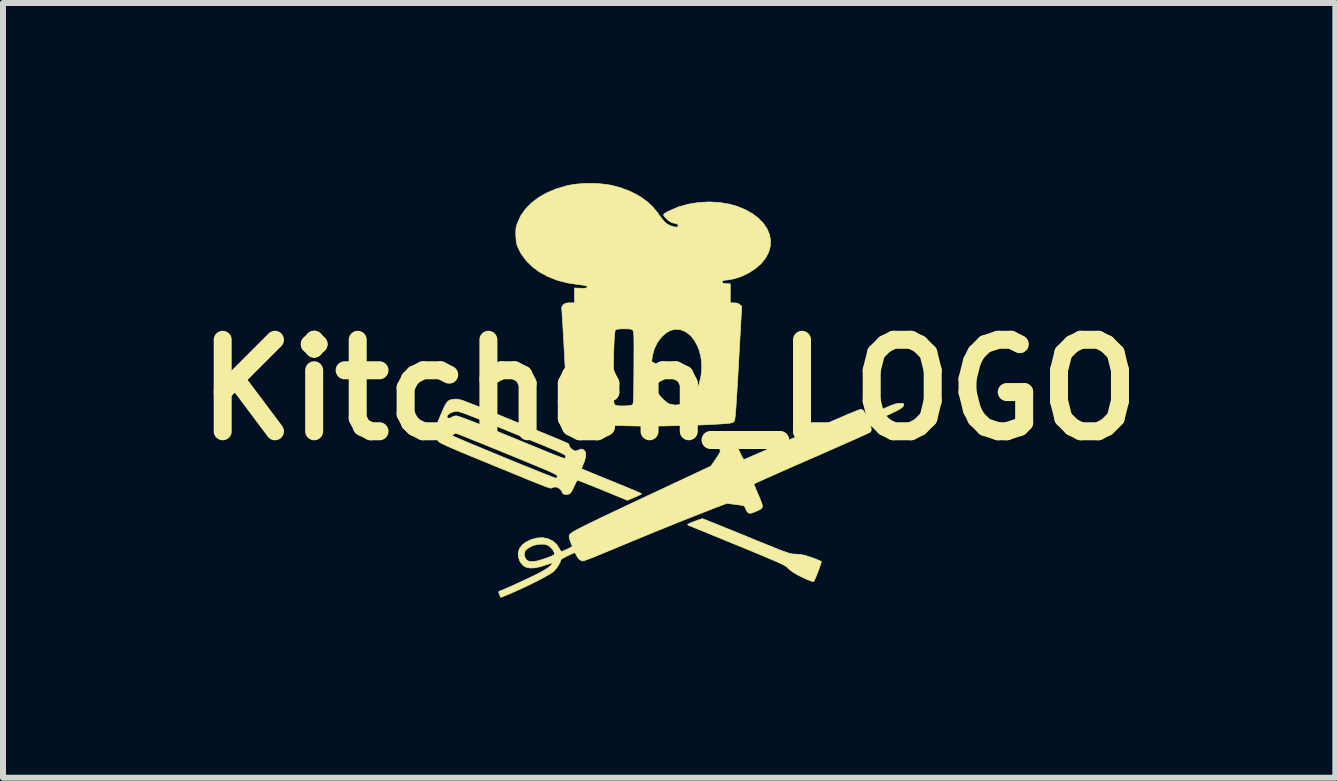
<source format=kicad_pcb>
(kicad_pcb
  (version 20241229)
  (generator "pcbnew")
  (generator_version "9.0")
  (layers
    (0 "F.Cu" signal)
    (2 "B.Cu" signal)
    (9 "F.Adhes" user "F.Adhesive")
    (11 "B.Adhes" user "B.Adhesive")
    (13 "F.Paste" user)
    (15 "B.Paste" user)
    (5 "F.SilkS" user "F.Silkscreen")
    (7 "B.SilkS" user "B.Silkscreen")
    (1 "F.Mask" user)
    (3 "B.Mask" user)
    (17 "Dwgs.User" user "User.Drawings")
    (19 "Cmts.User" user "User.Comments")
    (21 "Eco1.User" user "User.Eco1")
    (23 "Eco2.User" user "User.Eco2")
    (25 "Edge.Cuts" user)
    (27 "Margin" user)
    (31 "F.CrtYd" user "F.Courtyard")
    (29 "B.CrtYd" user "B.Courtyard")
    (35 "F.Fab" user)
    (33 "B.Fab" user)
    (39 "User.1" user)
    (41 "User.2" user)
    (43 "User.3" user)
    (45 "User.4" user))
  (footprint "Kitchen_LOGO"
    (layer "F.Cu")
    (at 8.099 3.446)
    (property "Reference" "Kitchen_LOGO" (at 0 0 0) (layer "F.SilkS") (effects (font (size 1.524 1.524) (thickness 0.3))))
    (attr through_hole)
    (fp_poly (pts (xy 0.567 2.15) (xy 0.603 2.164) (xy 0.657 2.185) (xy 0.729 2.214) (xy 0.817 2.249) (xy 0.917 2.29) (xy 1.029 2.335) (xy 1.149 2.384) (xy 1.277 2.436) (xy 1.286 2.44) (xy 1.434 2.501) (xy 1.562 2.553) (xy 1.669 2.596) (xy 1.759 2.632) (xy 1.833 2.662) (xy 1.893 2.685) (xy 1.941 2.702) (xy 1.98 2.715) (xy 2.01 2.724) (xy 2.035 2.73) (xy 2.055 2.733) (xy 2.073 2.735) (xy 2.087 2.735) (xy 2.147 2.738) (xy 2.212 2.747) (xy 2.246 2.753) (xy 2.289 2.765) (xy 2.342 2.782) (xy 2.398 2.802) (xy 2.451 2.822) (xy 2.496 2.84) (xy 2.526 2.855) (xy 2.534 2.86) (xy 2.533 2.874) (xy 2.523 2.906) (xy 2.508 2.951) (xy 2.489 3.004) (xy 2.468 3.058) (xy 2.447 3.11) (xy 2.428 3.154) (xy 2.414 3.184) (xy 2.407 3.194) (xy 2.392 3.193) (xy 2.36 3.183) (xy 2.314 3.165) (xy 2.264 3.143) (xy 2.153 3.09) (xy 2.064 3.038) (xy 1.996 2.986) (xy 1.964 2.955) (xy 1.953 2.945) (xy 1.936 2.934) (xy 1.912 2.92) (xy 1.877 2.902) (xy 1.832 2.881) (xy 1.774 2.855) (xy 1.701 2.824) (xy 1.613 2.787) (xy 1.507 2.742) (xy 1.382 2.69) (xy 1.236 2.63) (xy 1.131 2.587) (xy 0.996 2.532) (xy 0.868 2.479) (xy 0.747 2.43) (xy 0.638 2.385) (xy 0.541 2.345) (xy 0.458 2.311) (xy 0.392 2.284) (xy 0.345 2.265) (xy 0.318 2.254) (xy 0.313 2.252) (xy 0.307 2.246) (xy 0.319 2.235) (xy 0.349 2.22) (xy 0.402 2.199) (xy 0.414 2.194) (xy 0.467 2.174) (xy 0.512 2.158) (xy 0.543 2.148) (xy 0.553 2.145) (xy 0.567 2.15)) (stroke (width 0.01) (type solid)) (fill yes) (layer "F.SilkS"))
    (fp_poly (pts (xy -3.535 0.154) (xy -3.515 0.156) (xy -3.492 0.161) (xy -3.464 0.169) (xy -3.427 0.181) (xy -3.38 0.199) (xy -3.32 0.222) (xy -3.246 0.251) (xy -3.155 0.288) (xy -3.045 0.332) (xy -2.914 0.386) (xy -2.9 0.392) (xy -2.771 0.444) (xy -2.638 0.499) (xy -2.505 0.553) (xy -2.377 0.605) (xy -2.257 0.654) (xy -2.149 0.698) (xy -2.058 0.735) (xy -2.003 0.758) (xy -1.92 0.792) (xy -1.844 0.823) (xy -1.779 0.851) (xy -1.728 0.873) (xy -1.695 0.888) (xy -1.682 0.894) (xy -1.668 0.916) (xy -1.666 0.929) (xy -1.656 0.953) (xy -1.631 0.981) (xy -1.599 1.004) (xy -1.569 1.017) (xy -1.563 1.018) (xy -1.534 1.012) (xy -1.5 0.998) (xy -1.466 0.986) (xy -1.439 0.991) (xy -1.437 0.992) (xy -1.404 1.02) (xy -1.389 1.061) (xy -1.391 1.116) (xy -1.411 1.187) (xy -1.424 1.22) (xy -1.462 1.312) (xy -1.396 1.341) (xy -1.369 1.352) (xy -1.321 1.372) (xy -1.256 1.398) (xy -1.177 1.431) (xy -1.088 1.468) (xy -0.99 1.507) (xy -0.894 1.546) (xy -0.795 1.587) (xy -0.704 1.624) (xy -0.624 1.658) (xy -0.556 1.686) (xy -0.505 1.709) (xy -0.471 1.724) (xy -0.458 1.731) (xy -0.458 1.731) (xy -0.469 1.739) (xy -0.498 1.754) (xy -0.541 1.774) (xy -0.576 1.789) (xy -0.694 1.84) (xy -1.107 1.67) (xy -1.204 1.631) (xy -1.292 1.595) (xy -1.371 1.564) (xy -1.437 1.538) (xy -1.487 1.519) (xy -1.519 1.507) (xy -1.53 1.504) (xy -1.539 1.517) (xy -1.555 1.547) (xy -1.575 1.589) (xy -1.583 1.607) (xy -1.606 1.655) (xy -1.628 1.695) (xy -1.646 1.72) (xy -1.649 1.724) (xy -1.681 1.739) (xy -1.718 1.742) (xy -1.752 1.737) (xy -1.775 1.723) (xy -1.781 1.708) (xy -1.789 1.688) (xy -1.81 1.661) (xy -1.818 1.653) (xy -1.862 1.622) (xy -1.909 1.617) (xy -1.951 1.63) (xy -1.956 1.632) (xy -1.96 1.635) (xy -1.964 1.637) (xy -1.97 1.637) (xy -1.98 1.636) (xy -1.994 1.632) (xy -2.015 1.626) (xy -2.043 1.616) (xy -2.08 1.602) (xy -2.127 1.584) (xy -2.186 1.56) (xy -2.258 1.532) (xy -2.344 1.497) (xy -2.446 1.455) (xy -2.566 1.406) (xy -2.704 1.349) (xy -2.862 1.285) (xy -3.042 1.211) (xy -3.141 1.17) (xy -3.307 1.102) (xy -3.45 1.043) (xy -3.57 0.992) (xy -3.667 0.95) (xy -3.741 0.916) (xy -3.794 0.891) (xy -3.825 0.873) (xy -3.832 0.868) (xy -3.868 0.826) (xy -3.896 0.779) (xy -3.914 0.733) (xy -3.914 0.733) (xy -3.644 0.733) (xy -3.638 0.75) (xy -3.625 0.757) (xy -3.59 0.773) (xy -3.537 0.797) (xy -3.466 0.828) (xy -3.381 0.864) (xy -3.284 0.905) (xy -3.176 0.95) (xy -3.061 0.998) (xy -2.94 1.048) (xy -2.816 1.099) (xy -2.691 1.15) (xy -2.568 1.201) (xy -2.447 1.25) (xy -2.333 1.296) (xy -2.226 1.339) (xy -2.13 1.378) (xy -2.046 1.411) (xy -1.978 1.438) (xy -1.926 1.458) (xy -1.893 1.469) (xy -1.882 1.472) (xy -1.867 1.458) (xy -1.863 1.438) (xy -1.865 1.432) (xy -1.869 1.425) (xy -1.879 1.417) (xy -1.895 1.407) (xy -1.919 1.394) (xy -1.953 1.377) (xy -1.998 1.357) (xy -2.056 1.331) (xy -2.129 1.301) (xy -2.218 1.264) (xy -2.324 1.22) (xy -2.449 1.168) (xy -2.595 1.108) (xy -2.728 1.054) (xy -2.869 0.996) (xy -3.004 0.941) (xy -3.129 0.89) (xy -3.245 0.844) (xy -3.348 0.802) (xy -3.437 0.767) (xy -3.51 0.738) (xy -3.566 0.717) (xy -3.601 0.704) (xy -3.614 0.7) (xy -3.636 0.71) (xy -3.644 0.733) (xy -3.914 0.733) (xy -3.917 0.71) (xy -3.912 0.689) (xy -3.898 0.65) (xy -3.878 0.595) (xy -3.852 0.529) (xy -3.822 0.456) (xy -3.821 0.452) (xy -3.701 0.452) (xy -3.694 0.477) (xy -3.673 0.482) (xy -3.64 0.466) (xy -3.628 0.458) (xy -3.588 0.438) (xy -3.548 0.432) (xy -3.534 0.435) (xy -3.51 0.441) (xy -3.474 0.453) (xy -3.427 0.47) (xy -3.366 0.493) (xy -3.29 0.522) (xy -3.2 0.557) (xy -3.093 0.6) (xy -2.969 0.65) (xy -2.827 0.707) (xy -2.665 0.773) (xy -2.483 0.848) (xy -2.28 0.931) (xy -2.054 1.024) (xy -2.035 1.032) (xy -1.956 1.064) (xy -1.885 1.092) (xy -1.824 1.115) (xy -1.778 1.131) (xy -1.749 1.14) (xy -1.743 1.141) (xy -1.728 1.128) (xy -1.723 1.108) (xy -1.725 1.1) (xy -1.73 1.092) (xy -1.742 1.082) (xy -1.761 1.071) (xy -1.791 1.056) (xy -1.832 1.036) (xy -1.887 1.012) (xy -1.958 0.982) (xy -2.047 0.945) (xy -2.156 0.9) (xy -2.277 0.851) (xy -2.472 0.77) (xy -2.646 0.699) (xy -2.799 0.637) (xy -2.933 0.582) (xy -3.048 0.535) (xy -3.148 0.495) (xy -3.232 0.462) (xy -3.303 0.434) (xy -3.361 0.411) (xy -3.408 0.394) (xy -3.447 0.38) (xy -3.477 0.371) (xy -3.5 0.364) (xy -3.519 0.36) (xy -3.534 0.358) (xy -3.546 0.358) (xy -3.557 0.359) (xy -3.561 0.359) (xy -3.616 0.371) (xy -3.661 0.393) (xy -3.691 0.423) (xy -3.701 0.452) (xy -3.821 0.452) (xy -3.818 0.446) (xy -3.78 0.357) (xy -3.75 0.289) (xy -3.724 0.239) (xy -3.699 0.203) (xy -3.675 0.18) (xy -3.648 0.167) (xy -3.615 0.159) (xy -3.575 0.155) (xy -3.571 0.155) (xy -3.552 0.154) (xy -3.535 0.154)) (stroke (width 0.01) (type solid)) (fill yes) (layer "F.SilkS"))
    (fp_poly (pts (xy -1.16 -3.435) (xy -1.037 -3.422) (xy -0.967 -3.41) (xy -0.812 -3.369) (xy -0.662 -3.313) (xy -0.526 -3.245) (xy -0.463 -3.206) (xy -0.363 -3.133) (xy -0.277 -3.053) (xy -0.199 -2.959) (xy -0.156 -2.898) (xy -0.105 -2.831) (xy -0.055 -2.78) (xy -0.032 -2.763) (xy 0.015 -2.737) (xy 0.063 -2.72) (xy 0.106 -2.712) (xy 0.136 -2.715) (xy 0.143 -2.72) (xy 0.151 -2.741) (xy 0.14 -2.762) (xy 0.114 -2.772) (xy 0.108 -2.773) (xy 0.047 -2.785) (xy -0.013 -2.821) (xy -0.056 -2.862) (xy -0.08 -2.89) (xy -0.092 -2.911) (xy -0.089 -2.927) (xy -0.068 -2.945) (xy -0.029 -2.967) (xy 0.006 -2.985) (xy 0.154 -3.048) (xy 0.317 -3.094) (xy 0.488 -3.122) (xy 0.663 -3.132) (xy 0.837 -3.123) (xy 1.005 -3.095) (xy 1.128 -3.06) (xy 1.266 -3.004) (xy 1.386 -2.937) (xy 1.487 -2.861) (xy 1.568 -2.777) (xy 1.629 -2.688) (xy 1.67 -2.593) (xy 1.689 -2.496) (xy 1.686 -2.398) (xy 1.66 -2.3) (xy 1.611 -2.204) (xy 1.538 -2.112) (xy 1.52 -2.093) (xy 1.426 -2.014) (xy 1.319 -1.946) (xy 1.204 -1.891) (xy 1.088 -1.852) (xy 0.979 -1.833) (xy 0.93 -1.828) (xy 0.902 -1.823) (xy 0.888 -1.815) (xy 0.884 -1.802) (xy 0.884 -1.8) (xy 0.888 -1.784) (xy 0.903 -1.776) (xy 0.935 -1.772) (xy 0.951 -1.77) (xy 1.018 -1.767) (xy 1.018 -1.45) (xy 1.08 -1.45) (xy 1.129 -1.446) (xy 1.165 -1.43) (xy 1.176 -1.421) (xy 1.209 -1.393) (xy 1.157 -0.452) (xy 1.147 -0.264) (xy 1.137 -0.101) (xy 1.129 0.039) (xy 1.121 0.159) (xy 1.115 0.258) (xy 1.109 0.34) (xy 1.104 0.404) (xy 1.099 0.452) (xy 1.094 0.487) (xy 1.09 0.508) (xy 1.087 0.518) (xy 1.061 0.54) (xy 1.027 0.552) (xy 0.988 0.557) (xy 0.928 0.562) (xy 0.851 0.568) (xy 0.761 0.573) (xy 0.661 0.578) (xy 0.557 0.583) (xy 0.452 0.587) (xy 0.35 0.591) (xy 0.318 0.591) (xy 0.161 0.595) (xy 0.026 0.598) (xy -0.092 0.601) (xy -0.197 0.602) (xy -0.293 0.603) (xy -0.384 0.603) (xy -0.474 0.602) (xy -0.568 0.601) (xy -0.669 0.599) (xy -0.744 0.597) (xy -0.89 0.593) (xy -1.03 0.589) (xy -1.161 0.583) (xy -1.281 0.577) (xy -1.388 0.571) (xy -1.478 0.564) (xy -1.551 0.558) (xy -1.603 0.551) (xy -1.631 0.545) (xy -1.66 0.524) (xy -1.677 0.485) (xy -1.677 0.485) (xy -1.68 0.465) (xy -1.684 0.421) (xy -1.689 0.357) (xy -1.694 0.273) (xy -1.701 0.174) (xy -1.708 0.06) (xy -1.715 -0.066) (xy -1.72 -0.148) (xy -0.928 -0.148) (xy -0.928 -0.04) (xy -0.928 0.045) (xy -0.927 0.111) (xy -0.925 0.16) (xy -0.922 0.194) (xy -0.919 0.218) (xy -0.914 0.233) (xy -0.908 0.243) (xy -0.907 0.244) (xy -0.893 0.255) (xy -0.872 0.262) (xy -0.838 0.266) (xy -0.786 0.267) (xy -0.764 0.267) (xy -0.694 0.265) (xy -0.647 0.26) (xy -0.619 0.251) (xy -0.616 0.249) (xy -0.61 0.244) (xy -0.606 0.236) (xy -0.602 0.224) (xy -0.598 0.205) (xy -0.596 0.177) (xy -0.594 0.137) (xy -0.592 0.084) (xy -0.591 0.016) (xy -0.59 -0.071) (xy -0.589 -0.178) (xy -0.588 -0.307) (xy -0.588 -0.369) (xy -0.588 -0.375) (xy -0.297 -0.375) (xy -0.293 -0.26) (xy -0.277 -0.16) (xy -0.248 -0.067) (xy -0.214 0.01) (xy -0.179 0.067) (xy -0.132 0.125) (xy -0.081 0.176) (xy -0.03 0.216) (xy 0.014 0.238) (xy 0.1 0.253) (xy 0.185 0.245) (xy 0.251 0.222) (xy 0.33 0.169) (xy 0.398 0.096) (xy 0.454 0.007) (xy 0.497 -0.095) (xy 0.526 -0.207) (xy 0.542 -0.324) (xy 0.542 -0.444) (xy 0.526 -0.564) (xy 0.494 -0.678) (xy 0.467 -0.742) (xy 0.415 -0.834) (xy 0.357 -0.905) (xy 0.29 -0.958) (xy 0.266 -0.972) (xy 0.185 -1.004) (xy 0.103 -1.01) (xy 0.023 -0.991) (xy -0.054 -0.948) (xy -0.124 -0.885) (xy -0.196 -0.79) (xy -0.248 -0.682) (xy -0.281 -0.561) (xy -0.296 -0.423) (xy -0.297 -0.375) (xy -0.588 -0.375) (xy -0.587 -0.509) (xy -0.587 -0.626) (xy -0.586 -0.722) (xy -0.587 -0.799) (xy -0.588 -0.859) (xy -0.589 -0.905) (xy -0.591 -0.939) (xy -0.594 -0.962) (xy -0.597 -0.978) (xy -0.601 -0.988) (xy -0.606 -0.994) (xy -0.62 -1.005) (xy -0.64 -1.012) (xy -0.673 -1.016) (xy -0.723 -1.017) (xy -0.751 -1.018) (xy -0.817 -1.016) (xy -0.861 -1.012) (xy -0.887 -1.004) (xy -0.894 -1) (xy -0.902 -0.979) (xy -0.908 -0.933) (xy -0.914 -0.863) (xy -0.919 -0.769) (xy -0.923 -0.653) (xy -0.926 -0.514) (xy -0.928 -0.353) (xy -0.928 -0.171) (xy -0.928 -0.148) (xy -1.72 -0.148) (xy -1.723 -0.202) (xy -1.731 -0.346) (xy -1.735 -0.413) (xy -1.743 -0.56) (xy -1.751 -0.7) (xy -1.758 -0.832) (xy -1.765 -0.953) (xy -1.771 -1.062) (xy -1.777 -1.154) (xy -1.782 -1.23) (xy -1.785 -1.285) (xy -1.788 -1.318) (xy -1.788 -1.325) (xy -1.791 -1.365) (xy -1.785 -1.391) (xy -1.767 -1.414) (xy -1.763 -1.418) (xy -1.74 -1.436) (xy -1.714 -1.446) (xy -1.676 -1.45) (xy -1.654 -1.45) (xy -1.577 -1.45) (xy -1.577 -1.698) (xy -1.481 -1.694) (xy -1.424 -1.693) (xy -1.385 -1.697) (xy -1.37 -1.703) (xy -1.362 -1.717) (xy -1.371 -1.728) (xy -1.398 -1.738) (xy -1.446 -1.747) (xy -1.517 -1.755) (xy -1.697 -1.783) (xy -1.866 -1.827) (xy -2.02 -1.888) (xy -2.16 -1.964) (xy -2.281 -2.053) (xy -2.384 -2.156) (xy -2.467 -2.27) (xy -2.494 -2.321) (xy -2.519 -2.373) (xy -2.535 -2.414) (xy -2.545 -2.452) (xy -2.55 -2.497) (xy -2.554 -2.558) (xy -2.554 -2.56) (xy -2.556 -2.624) (xy -2.554 -2.671) (xy -2.549 -2.711) (xy -2.538 -2.752) (xy -2.528 -2.78) (xy -2.473 -2.901) (xy -2.395 -3.012) (xy -2.296 -3.113) (xy -2.178 -3.204) (xy -2.041 -3.282) (xy -1.887 -3.347) (xy -1.719 -3.398) (xy -1.666 -3.41) (xy -1.555 -3.428) (xy -1.428 -3.438) (xy -1.293 -3.441) (xy -1.16 -3.435)) (stroke (width 0.01) (type solid)) (fill yes) (layer "F.SilkS"))
    (fp_poly (pts (xy 3.881 0.224) (xy 3.902 0.228) (xy 3.909 0.238) (xy 3.909 0.248) (xy 3.903 0.268) (xy 3.885 0.289) (xy 3.855 0.312) (xy 3.809 0.339) (xy 3.745 0.371) (xy 3.661 0.41) (xy 3.59 0.441) (xy 3.506 0.479) (xy 3.443 0.508) (xy 3.399 0.53) (xy 3.371 0.547) (xy 3.357 0.56) (xy 3.354 0.569) (xy 3.357 0.596) (xy 3.364 0.634) (xy 3.364 0.637) (xy 3.367 0.676) (xy 3.355 0.701) (xy 3.34 0.709) (xy 3.304 0.726) (xy 3.249 0.752) (xy 3.175 0.785) (xy 3.085 0.826) (xy 2.981 0.872) (xy 2.863 0.924) (xy 2.735 0.981) (xy 2.598 1.041) (xy 2.453 1.105) (xy 2.374 1.139) (xy 2.227 1.203) (xy 2.086 1.265) (xy 1.954 1.323) (xy 1.832 1.377) (xy 1.723 1.426) (xy 1.627 1.468) (xy 1.546 1.505) (xy 1.483 1.533) (xy 1.439 1.554) (xy 1.416 1.566) (xy 1.412 1.568) (xy 1.417 1.583) (xy 1.43 1.616) (xy 1.45 1.664) (xy 1.475 1.723) (xy 1.489 1.755) (xy 1.52 1.83) (xy 1.542 1.885) (xy 1.552 1.925) (xy 1.551 1.954) (xy 1.538 1.975) (xy 1.513 1.993) (xy 1.477 2.011) (xy 1.467 2.015) (xy 1.405 2.042) (xy 1.36 2.055) (xy 1.328 2.054) (xy 1.305 2.037) (xy 1.286 2.005) (xy 1.276 1.983) (xy 1.261 1.951) (xy 1.245 1.932) (xy 1.242 1.93) (xy 1.224 1.926) (xy 1.186 1.92) (xy 1.136 1.913) (xy 1.093 1.907) (xy 0.958 1.891) (xy 0.749 1.971) (xy 0.588 2.034) (xy 0.408 2.105) (xy 0.212 2.182) (xy 0.007 2.265) (xy -0.206 2.351) (xy -0.42 2.439) (xy -0.598 2.512) (xy -0.758 2.579) (xy -0.897 2.637) (xy -1.015 2.686) (xy -1.115 2.727) (xy -1.198 2.761) (xy -1.266 2.789) (xy -1.32 2.81) (xy -1.363 2.826) (xy -1.395 2.838) (xy -1.419 2.845) (xy -1.436 2.849) (xy -1.448 2.85) (xy -1.457 2.848) (xy -1.463 2.845) (xy -1.47 2.84) (xy -1.478 2.836) (xy -1.481 2.834) (xy -1.506 2.814) (xy -1.531 2.781) (xy -1.54 2.764) (xy -1.558 2.732) (xy -1.572 2.714) (xy -1.576 2.712) (xy -1.642 2.74) (xy -1.702 2.769) (xy -1.752 2.795) (xy -1.787 2.816) (xy -1.805 2.83) (xy -1.806 2.833) (xy -1.814 2.865) (xy -1.836 2.908) (xy -1.866 2.955) (xy -1.901 2.999) (xy -1.925 3.024) (xy -1.957 3.048) (xy -2.01 3.081) (xy -2.079 3.12) (xy -2.162 3.164) (xy -2.254 3.211) (xy -2.352 3.259) (xy -2.454 3.307) (xy -2.556 3.353) (xy -2.653 3.396) (xy -2.744 3.433) (xy -2.744 3.433) (xy -2.808 3.458) (xy -2.827 3.408) (xy -2.839 3.377) (xy -2.839 3.361) (xy -2.828 3.353) (xy -2.819 3.35) (xy -2.79 3.339) (xy -2.741 3.319) (xy -2.678 3.291) (xy -2.602 3.258) (xy -2.52 3.22) (xy -2.433 3.18) (xy -2.347 3.139) (xy -2.264 3.1) (xy -2.251 3.094) (xy -2.153 3.044) (xy -2.072 2.998) (xy -2.01 2.958) (xy -1.968 2.923) (xy -1.948 2.896) (xy -1.946 2.888) (xy -1.957 2.887) (xy -1.986 2.894) (xy -2.026 2.907) (xy -2.032 2.909) (xy -2.144 2.945) (xy -2.239 2.965) (xy -2.318 2.968) (xy -2.383 2.954) (xy -2.435 2.923) (xy -2.476 2.874) (xy -2.49 2.849) (xy -2.514 2.777) (xy -2.515 2.724) (xy -2.413 2.724) (xy -2.409 2.773) (xy -2.387 2.819) (xy -2.377 2.832) (xy -2.337 2.855) (xy -2.279 2.862) (xy -2.202 2.851) (xy -2.111 2.825) (xy -2.035 2.799) (xy -1.981 2.779) (xy -1.945 2.763) (xy -1.923 2.749) (xy -1.913 2.737) (xy -1.912 2.723) (xy -1.914 2.712) (xy -1.934 2.671) (xy -1.97 2.628) (xy -2.015 2.593) (xy -2.028 2.586) (xy -2.075 2.572) (xy -2.137 2.57) (xy -2.204 2.577) (xy -2.27 2.595) (xy -2.312 2.614) (xy -2.352 2.639) (xy -2.385 2.666) (xy -2.399 2.681) (xy -2.413 2.724) (xy -2.515 2.724) (xy -2.515 2.708) (xy -2.493 2.643) (xy -2.449 2.585) (xy -2.386 2.535) (xy -2.304 2.496) (xy -2.205 2.468) (xy -2.197 2.467) (xy -2.107 2.462) (xy -2.022 2.478) (xy -1.945 2.515) (xy -1.88 2.568) (xy -1.833 2.638) (xy -1.825 2.655) (xy -1.808 2.683) (xy -1.793 2.693) (xy -1.79 2.693) (xy -1.733 2.669) (xy -1.683 2.646) (xy -1.643 2.626) (xy -1.62 2.612) (xy -1.615 2.607) (xy -1.62 2.59) (xy -1.632 2.559) (xy -1.641 2.537) (xy -1.656 2.497) (xy -1.665 2.46) (xy -1.666 2.448) (xy -1.666 2.439) (xy -1.666 2.43) (xy -1.664 2.422) (xy -1.659 2.413) (xy -1.651 2.403) (xy -1.638 2.391) (xy -1.619 2.377) (xy -1.594 2.361) (xy -1.56 2.342) (xy -1.518 2.319) (xy -1.465 2.292) (xy -1.402 2.26) (xy -1.327 2.223) (xy -1.238 2.18) (xy -1.135 2.13) (xy -1.017 2.074) (xy -0.883 2.011) (xy -0.732 1.939) (xy -0.562 1.859) (xy -0.372 1.77) (xy -0.162 1.672) (xy 0.069 1.563) (xy 0.173 1.515) (xy 0.696 1.269) (xy 0.774 1.156) (xy 0.806 1.108) (xy 0.832 1.066) (xy 0.848 1.035) (xy 0.852 1.023) (xy 0.847 0.999) (xy 0.833 0.967) (xy 0.832 0.965) (xy 0.818 0.927) (xy 0.82 0.896) (xy 0.842 0.869) (xy 0.886 0.843) (xy 0.916 0.829) (xy 0.974 0.804) (xy 1.015 0.792) (xy 1.043 0.791) (xy 1.063 0.801) (xy 1.067 0.806) (xy 1.077 0.824) (xy 1.095 0.86) (xy 1.119 0.91) (xy 1.146 0.97) (xy 1.157 0.994) (xy 1.184 1.054) (xy 1.209 1.104) (xy 1.229 1.14) (xy 1.241 1.159) (xy 1.244 1.161) (xy 1.258 1.155) (xy 1.293 1.141) (xy 1.346 1.118) (xy 1.415 1.088) (xy 1.498 1.052) (xy 1.592 1.011) (xy 1.694 0.967) (xy 1.764 0.937) (xy 1.975 0.844) (xy 2.164 0.761) (xy 2.333 0.688) (xy 2.482 0.622) (xy 2.612 0.566) (xy 2.726 0.516) (xy 2.824 0.474) (xy 2.907 0.438) (xy 2.976 0.408) (xy 3.034 0.384) (xy 3.08 0.365) (xy 3.117 0.35) (xy 3.146 0.339) (xy 3.167 0.332) (xy 3.183 0.327) (xy 3.194 0.325) (xy 3.201 0.325) (xy 3.207 0.326) (xy 3.211 0.328) (xy 3.214 0.33) (xy 3.24 0.35) (xy 3.261 0.383) (xy 3.263 0.388) (xy 3.278 0.417) (xy 3.29 0.432) (xy 3.292 0.432) (xy 3.307 0.428) (xy 3.34 0.414) (xy 3.39 0.393) (xy 3.452 0.366) (xy 3.523 0.335) (xy 3.537 0.328) (xy 3.621 0.292) (xy 3.686 0.264) (xy 3.736 0.245) (xy 3.774 0.233) (xy 3.806 0.226) (xy 3.834 0.224) (xy 3.841 0.223) (xy 3.881 0.224)) (stroke (width 0.01) (type solid)) (fill yes) (layer "F.SilkS")))
  (gr_rect
    (start -3 -3)
    (end 19.198 9.908)
    (stroke (width 0.1) (type default))
    (fill no)
    (layer "Edge.Cuts")))
</source>
